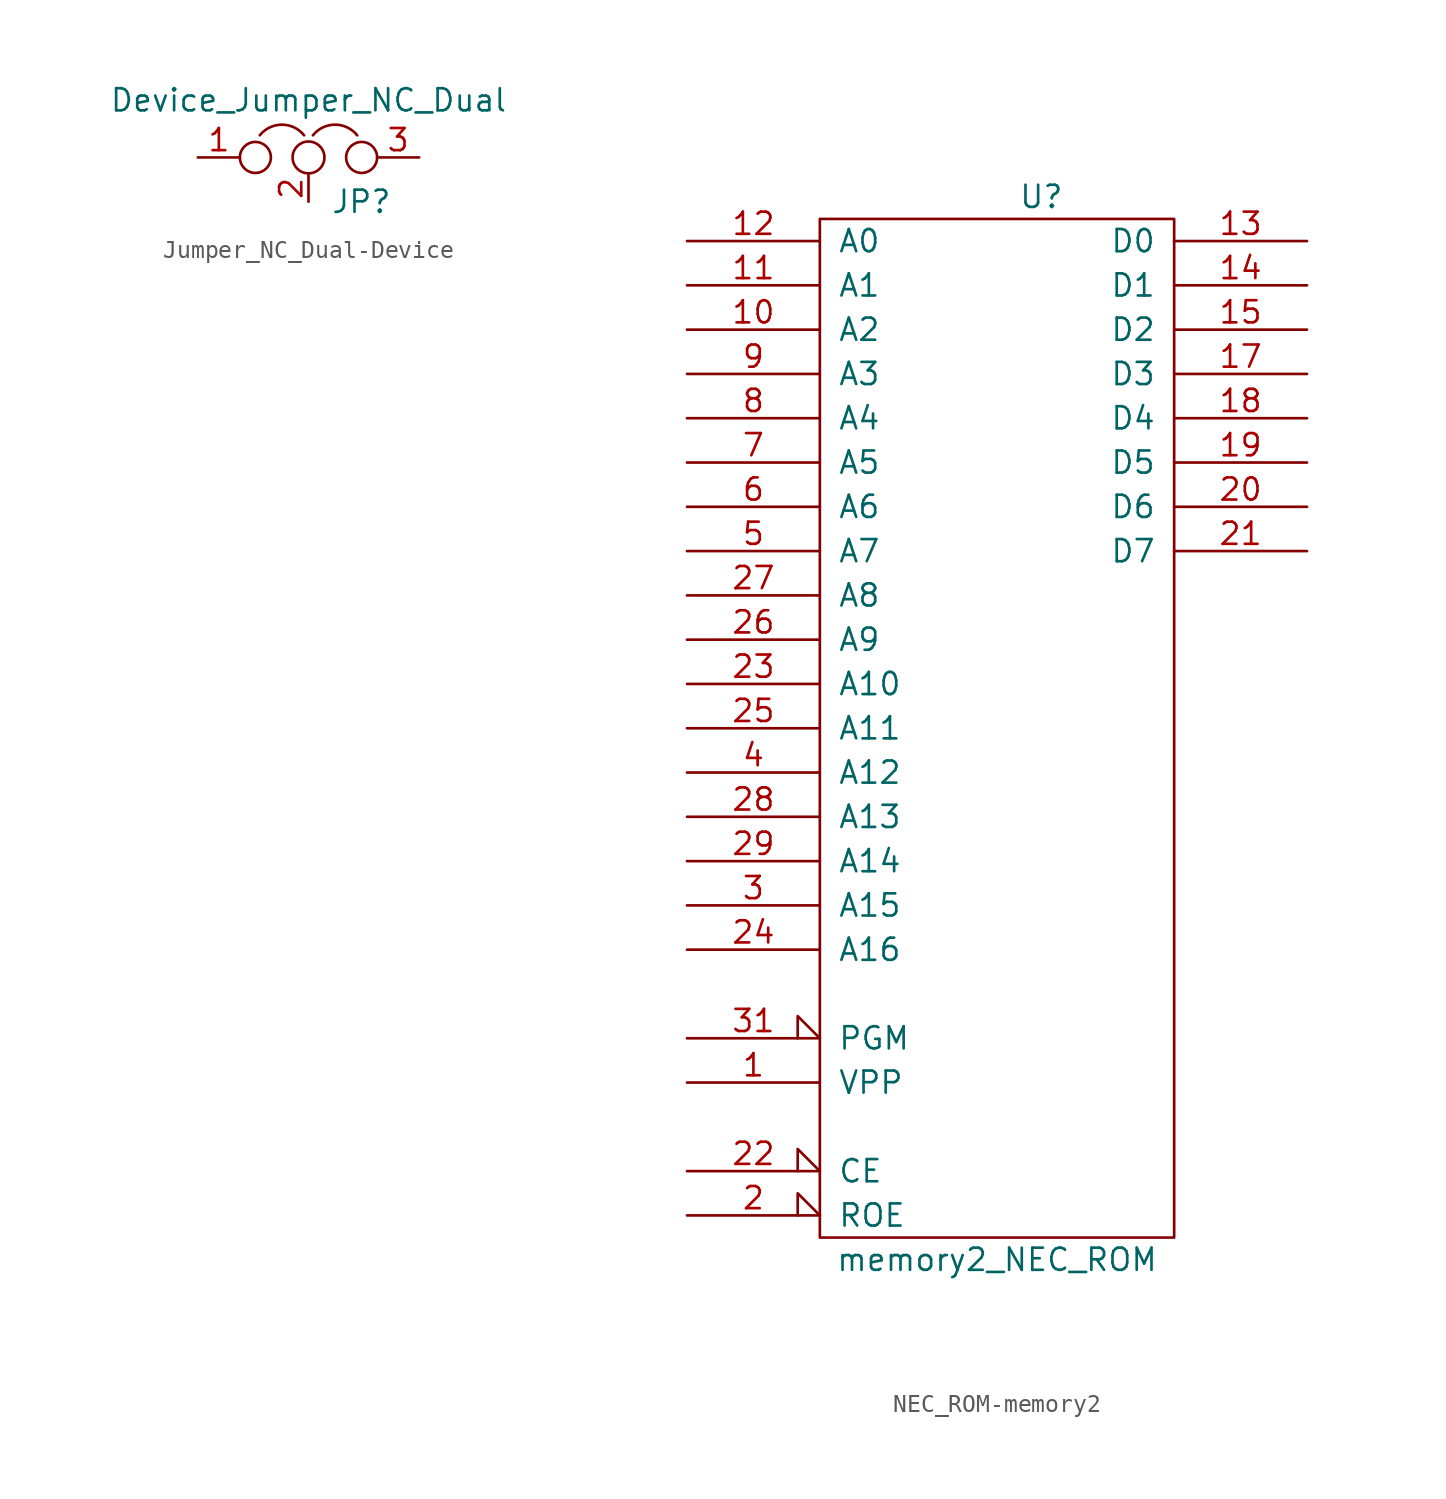
<source format=kicad_sym>
(kicad_symbol_lib
  (version 20220914)
  (generator kicad_symbol_editor)
  (symbol "Jumper_NC_Dual-Device"
    (pin_names
      (offset 0.762) hide)
    (property "Reference" "JP"
      (at 1.27 -2.54 0)
      (effects (font (size 1.27 1.27)) (justify left)))
    (property "Value" "Device_Jumper_NC_Dual"
      (at 0 2.54 0)
      (effects (font (size 1.27 1.27)) (justify bottom)))
    (symbol "Jumper_NC_Dual-Device_0_1"
      (circle (center -3.048 0) (radius 0.889) (stroke (width 0) (type solid)) (fill (type none)))
      (arc (start -0.254 1.27) (mid -1.524 1.8804) (end -2.794 1.27) (stroke (width 0) (type solid)) (fill (type none)))
      (circle (center 0 0) (radius 0.914) (stroke (width 0) (type solid)) (fill (type none)))
      (arc (start 2.794 1.27) (mid 1.524 1.8804) (end 0.254 1.27) (stroke (width 0) (type solid)) (fill (type none)))
      (circle (center 3.048 0) (radius 0.889) (stroke (width 0) (type solid)) (fill (type none)))
      (pin passive line (at -6.35 0 0) (length 2.413) (name "1" (effects (font (size 1.27 1.27)))) (number "1" (effects (font (size 1.27 1.27)))))
      (pin passive line (at 0 -2.54 90) (length 1.524) (name "2" (effects (font (size 1.27 1.27)))) (number "2" (effects (font (size 1.27 1.27)))))
      (pin passive line (at 6.35 0 180) (length 2.413) (name "3" (effects (font (size 1.27 1.27)))) (number "3" (effects (font (size 1.27 1.27)))))))
  (symbol "NEC_ROM-memory2"
    (pin_names
      (offset 1.016))
    (property "Reference" "U"
      (at 2.54 25.4 0)
      (effects (font (size 1.27 1.27))))
    (property "Value" "memory2_NEC_ROM"
      (at 0 -35.56 0)
      (effects (font (size 1.27 1.27))))
    (symbol "NEC_ROM-memory2_0_0"
      (pin power_in line (at 0 -35.56 90) (length 1.27) hide (name "GND" (effects (font (size 1.27 1.27)))) (number "16" (effects (font (size 1.27 1.27)))))
      (pin power_in line (at 0 25.4 270) (length 1.27) hide (name "VCC" (effects (font (size 1.27 1.27)))) (number "32" (effects (font (size 1.27 1.27))))))
    (symbol "NEC_ROM-memory2_0_1"
      (rectangle (start -10.16 24.13) (end 10.16 -34.29) (stroke (width 0) (type solid)) (fill (type none))))
    (symbol "NEC_ROM-memory2_1_1"
      (pin input line (at -17.78 -25.4 0) (length 7.62) (name "VPP" (effects (font (size 1.27 1.27)))) (number "1" (effects (font (size 1.27 1.27)))))
      (pin input line (at -17.78 17.78 0) (length 7.62) (name "A2" (effects (font (size 1.27 1.27)))) (number "10" (effects (font (size 1.27 1.27)))))
      (pin input line (at -17.78 20.32 0) (length 7.62) (name "A1" (effects (font (size 1.27 1.27)))) (number "11" (effects (font (size 1.27 1.27)))))
      (pin input line (at -17.78 22.86 0) (length 7.62) (name "A0" (effects (font (size 1.27 1.27)))) (number "12" (effects (font (size 1.27 1.27)))))
      (pin tri_state line (at 17.78 22.86 180) (length 7.62) (name "D0" (effects (font (size 1.27 1.27)))) (number "13" (effects (font (size 1.27 1.27)))))
      (pin tri_state line (at 17.78 20.32 180) (length 7.62) (name "D1" (effects (font (size 1.27 1.27)))) (number "14" (effects (font (size 1.27 1.27)))))
      (pin tri_state line (at 17.78 17.78 180) (length 7.62) (name "D2" (effects (font (size 1.27 1.27)))) (number "15" (effects (font (size 1.27 1.27)))))
      (pin tri_state line (at 17.78 15.24 180) (length 7.62) (name "D3" (effects (font (size 1.27 1.27)))) (number "17" (effects (font (size 1.27 1.27)))))
      (pin tri_state line (at 17.78 12.7 180) (length 7.62) (name "D4" (effects (font (size 1.27 1.27)))) (number "18" (effects (font (size 1.27 1.27)))))
      (pin tri_state line (at 17.78 10.16 180) (length 7.62) (name "D5" (effects (font (size 1.27 1.27)))) (number "19" (effects (font (size 1.27 1.27)))))
      (pin input input_low (at -17.78 -33.02 0) (length 7.62) (name "ROE" (effects (font (size 1.27 1.27)))) (number "2" (effects (font (size 1.27 1.27)))))
      (pin tri_state line (at 17.78 7.62 180) (length 7.62) (name "D6" (effects (font (size 1.27 1.27)))) (number "20" (effects (font (size 1.27 1.27)))))
      (pin tri_state line (at 17.78 5.08 180) (length 7.62) (name "D7" (effects (font (size 1.27 1.27)))) (number "21" (effects (font (size 1.27 1.27)))))
      (pin input input_low (at -17.78 -30.48 0) (length 7.62) (name "CE" (effects (font (size 1.27 1.27)))) (number "22" (effects (font (size 1.27 1.27)))))
      (pin input line (at -17.78 -2.54 0) (length 7.62) (name "A10" (effects (font (size 1.27 1.27)))) (number "23" (effects (font (size 1.27 1.27)))))
      (pin input line (at -17.78 -17.78 0) (length 7.62) (name "A16" (effects (font (size 1.27 1.27)))) (number "24" (effects (font (size 1.27 1.27)))))
      (pin input line (at -17.78 -5.08 0) (length 7.62) (name "A11" (effects (font (size 1.27 1.27)))) (number "25" (effects (font (size 1.27 1.27)))))
      (pin input line (at -17.78 0 0) (length 7.62) (name "A9" (effects (font (size 1.27 1.27)))) (number "26" (effects (font (size 1.27 1.27)))))
      (pin input line (at -17.78 2.54 0) (length 7.62) (name "A8" (effects (font (size 1.27 1.27)))) (number "27" (effects (font (size 1.27 1.27)))))
      (pin input line (at -17.78 -10.16 0) (length 7.62) (name "A13" (effects (font (size 1.27 1.27)))) (number "28" (effects (font (size 1.27 1.27)))))
      (pin input line (at -17.78 -12.7 0) (length 7.62) (name "A14" (effects (font (size 1.27 1.27)))) (number "29" (effects (font (size 1.27 1.27)))))
      (pin input line (at -17.78 -15.24 0) (length 7.62) (name "A15" (effects (font (size 1.27 1.27)))) (number "3" (effects (font (size 1.27 1.27)))))
      (pin input input_low (at -17.78 -22.86 0) (length 7.62) (name "PGM" (effects (font (size 1.27 1.27)))) (number "31" (effects (font (size 1.27 1.27)))))
      (pin input line (at -17.78 -7.62 0) (length 7.62) (name "A12" (effects (font (size 1.27 1.27)))) (number "4" (effects (font (size 1.27 1.27)))))
      (pin input line (at -17.78 5.08 0) (length 7.62) (name "A7" (effects (font (size 1.27 1.27)))) (number "5" (effects (font (size 1.27 1.27)))))
      (pin input line (at -17.78 7.62 0) (length 7.62) (name "A6" (effects (font (size 1.27 1.27)))) (number "6" (effects (font (size 1.27 1.27)))))
      (pin input line (at -17.78 10.16 0) (length 7.62) (name "A5" (effects (font (size 1.27 1.27)))) (number "7" (effects (font (size 1.27 1.27)))))
      (pin input line (at -17.78 12.7 0) (length 7.62) (name "A4" (effects (font (size 1.27 1.27)))) (number "8" (effects (font (size 1.27 1.27)))))
      (pin input line (at -17.78 15.24 0) (length 7.62) (name "A3" (effects (font (size 1.27 1.27)))) (number "9" (effects (font (size 1.27 1.27))))))))
</source>
